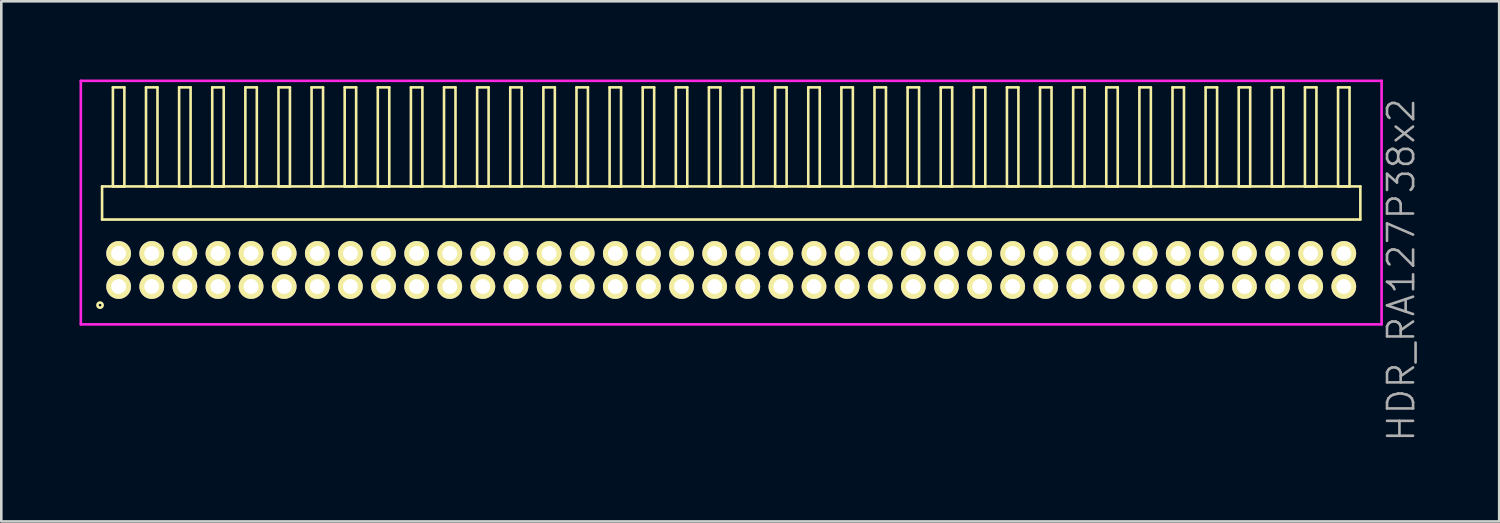
<source format=kicad_pcb>
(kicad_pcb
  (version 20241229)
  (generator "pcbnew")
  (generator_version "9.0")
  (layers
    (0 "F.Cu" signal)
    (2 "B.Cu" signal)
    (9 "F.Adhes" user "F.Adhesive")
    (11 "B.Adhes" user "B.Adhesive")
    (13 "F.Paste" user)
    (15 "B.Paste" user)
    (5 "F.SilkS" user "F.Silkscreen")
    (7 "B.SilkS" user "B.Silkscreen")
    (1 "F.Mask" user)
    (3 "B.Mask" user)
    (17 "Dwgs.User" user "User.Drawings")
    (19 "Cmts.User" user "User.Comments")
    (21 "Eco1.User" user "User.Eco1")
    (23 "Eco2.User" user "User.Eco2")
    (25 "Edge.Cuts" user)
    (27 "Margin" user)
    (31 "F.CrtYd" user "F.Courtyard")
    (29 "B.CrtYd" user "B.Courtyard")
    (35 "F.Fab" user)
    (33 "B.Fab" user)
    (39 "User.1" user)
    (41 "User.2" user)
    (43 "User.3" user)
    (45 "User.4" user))
  (footprint "HDR_RA127P38x2"
    (layer "F.Cu")
    (at 24.995 7.305)
    (property "Reference" "HDR_RA127P38x2" (at 25.695 0 90) (layer "F.Fab") (effects (font (size 1 1) (thickness 0.1))))
    (attr through_hole)
    (fp_line (start -24.13 -3.205) (end -24.13 -1.935) (stroke (width 0.1) (type solid)) (layer "F.SilkS"))
    (fp_line (start -24.13 -1.935) (end 24.13 -1.935) (stroke (width 0.1) (type solid)) (layer "F.SilkS"))
    (fp_line (start -23.715 -7.005) (end -23.715 -3.205) (stroke (width 0.1) (type solid)) (layer "F.SilkS"))
    (fp_line (start -23.715 -3.205) (end -23.275 -3.205) (stroke (width 0.1) (type solid)) (layer "F.SilkS"))
    (fp_line (start -23.275 -7.005) (end -23.715 -7.005) (stroke (width 0.1) (type solid)) (layer "F.SilkS"))
    (fp_line (start -23.275 -3.205) (end -23.275 -7.005) (stroke (width 0.1) (type solid)) (layer "F.SilkS"))
    (fp_line (start -22.445 -7.005) (end -22.445 -3.205) (stroke (width 0.1) (type solid)) (layer "F.SilkS"))
    (fp_line (start -22.445 -3.205) (end -22.005 -3.205) (stroke (width 0.1) (type solid)) (layer "F.SilkS"))
    (fp_line (start -22.005 -7.005) (end -22.445 -7.005) (stroke (width 0.1) (type solid)) (layer "F.SilkS"))
    (fp_line (start -22.005 -3.205) (end -22.005 -7.005) (stroke (width 0.1) (type solid)) (layer "F.SilkS"))
    (fp_line (start -21.175 -7.005) (end -21.175 -3.205) (stroke (width 0.1) (type solid)) (layer "F.SilkS"))
    (fp_line (start -21.175 -3.205) (end -20.735 -3.205) (stroke (width 0.1) (type solid)) (layer "F.SilkS"))
    (fp_line (start -20.735 -7.005) (end -21.175 -7.005) (stroke (width 0.1) (type solid)) (layer "F.SilkS"))
    (fp_line (start -20.735 -3.205) (end -20.735 -7.005) (stroke (width 0.1) (type solid)) (layer "F.SilkS"))
    (fp_line (start -19.905 -7.005) (end -19.905 -3.205) (stroke (width 0.1) (type solid)) (layer "F.SilkS"))
    (fp_line (start -19.905 -3.205) (end -19.465 -3.205) (stroke (width 0.1) (type solid)) (layer "F.SilkS"))
    (fp_line (start -19.465 -7.005) (end -19.905 -7.005) (stroke (width 0.1) (type solid)) (layer "F.SilkS"))
    (fp_line (start -19.465 -3.205) (end -19.465 -7.005) (stroke (width 0.1) (type solid)) (layer "F.SilkS"))
    (fp_line (start -18.635 -7.005) (end -18.635 -3.205) (stroke (width 0.1) (type solid)) (layer "F.SilkS"))
    (fp_line (start -18.635 -3.205) (end -18.195 -3.205) (stroke (width 0.1) (type solid)) (layer "F.SilkS"))
    (fp_line (start -18.195 -7.005) (end -18.635 -7.005) (stroke (width 0.1) (type solid)) (layer "F.SilkS"))
    (fp_line (start -18.195 -3.205) (end -18.195 -7.005) (stroke (width 0.1) (type solid)) (layer "F.SilkS"))
    (fp_line (start -17.365 -7.005) (end -17.365 -3.205) (stroke (width 0.1) (type solid)) (layer "F.SilkS"))
    (fp_line (start -17.365 -3.205) (end -16.925 -3.205) (stroke (width 0.1) (type solid)) (layer "F.SilkS"))
    (fp_line (start -16.925 -7.005) (end -17.365 -7.005) (stroke (width 0.1) (type solid)) (layer "F.SilkS"))
    (fp_line (start -16.925 -3.205) (end -16.925 -7.005) (stroke (width 0.1) (type solid)) (layer "F.SilkS"))
    (fp_line (start -16.095 -7.005) (end -16.095 -3.205) (stroke (width 0.1) (type solid)) (layer "F.SilkS"))
    (fp_line (start -16.095 -3.205) (end -15.655 -3.205) (stroke (width 0.1) (type solid)) (layer "F.SilkS"))
    (fp_line (start -15.655 -7.005) (end -16.095 -7.005) (stroke (width 0.1) (type solid)) (layer "F.SilkS"))
    (fp_line (start -15.655 -3.205) (end -15.655 -7.005) (stroke (width 0.1) (type solid)) (layer "F.SilkS"))
    (fp_line (start -14.825 -7.005) (end -14.825 -3.205) (stroke (width 0.1) (type solid)) (layer "F.SilkS"))
    (fp_line (start -14.825 -3.205) (end -14.385 -3.205) (stroke (width 0.1) (type solid)) (layer "F.SilkS"))
    (fp_line (start -14.385 -7.005) (end -14.825 -7.005) (stroke (width 0.1) (type solid)) (layer "F.SilkS"))
    (fp_line (start -14.385 -3.205) (end -14.385 -7.005) (stroke (width 0.1) (type solid)) (layer "F.SilkS"))
    (fp_line (start -13.555 -7.005) (end -13.555 -3.205) (stroke (width 0.1) (type solid)) (layer "F.SilkS"))
    (fp_line (start -13.555 -3.205) (end -13.115 -3.205) (stroke (width 0.1) (type solid)) (layer "F.SilkS"))
    (fp_line (start -13.115 -7.005) (end -13.555 -7.005) (stroke (width 0.1) (type solid)) (layer "F.SilkS"))
    (fp_line (start -13.115 -3.205) (end -13.115 -7.005) (stroke (width 0.1) (type solid)) (layer "F.SilkS"))
    (fp_line (start -12.285 -7.005) (end -12.285 -3.205) (stroke (width 0.1) (type solid)) (layer "F.SilkS"))
    (fp_line (start -12.285 -3.205) (end -11.845 -3.205) (stroke (width 0.1) (type solid)) (layer "F.SilkS"))
    (fp_line (start -11.845 -7.005) (end -12.285 -7.005) (stroke (width 0.1) (type solid)) (layer "F.SilkS"))
    (fp_line (start -11.845 -3.205) (end -11.845 -7.005) (stroke (width 0.1) (type solid)) (layer "F.SilkS"))
    (fp_line (start -11.015 -7.005) (end -11.015 -3.205) (stroke (width 0.1) (type solid)) (layer "F.SilkS"))
    (fp_line (start -11.015 -3.205) (end -10.575 -3.205) (stroke (width 0.1) (type solid)) (layer "F.SilkS"))
    (fp_line (start -10.575 -7.005) (end -11.015 -7.005) (stroke (width 0.1) (type solid)) (layer "F.SilkS"))
    (fp_line (start -10.575 -3.205) (end -10.575 -7.005) (stroke (width 0.1) (type solid)) (layer "F.SilkS"))
    (fp_line (start -9.745 -7.005) (end -9.745 -3.205) (stroke (width 0.1) (type solid)) (layer "F.SilkS"))
    (fp_line (start -9.745 -3.205) (end -9.305 -3.205) (stroke (width 0.1) (type solid)) (layer "F.SilkS"))
    (fp_line (start -9.305 -7.005) (end -9.745 -7.005) (stroke (width 0.1) (type solid)) (layer "F.SilkS"))
    (fp_line (start -9.305 -3.205) (end -9.305 -7.005) (stroke (width 0.1) (type solid)) (layer "F.SilkS"))
    (fp_line (start -8.475 -7.005) (end -8.475 -3.205) (stroke (width 0.1) (type solid)) (layer "F.SilkS"))
    (fp_line (start -8.475 -3.205) (end -8.035 -3.205) (stroke (width 0.1) (type solid)) (layer "F.SilkS"))
    (fp_line (start -8.035 -7.005) (end -8.475 -7.005) (stroke (width 0.1) (type solid)) (layer "F.SilkS"))
    (fp_line (start -8.035 -3.205) (end -8.035 -7.005) (stroke (width 0.1) (type solid)) (layer "F.SilkS"))
    (fp_line (start -7.205 -7.005) (end -7.205 -3.205) (stroke (width 0.1) (type solid)) (layer "F.SilkS"))
    (fp_line (start -7.205 -3.205) (end -6.765 -3.205) (stroke (width 0.1) (type solid)) (layer "F.SilkS"))
    (fp_line (start -6.765 -7.005) (end -7.205 -7.005) (stroke (width 0.1) (type solid)) (layer "F.SilkS"))
    (fp_line (start -6.765 -3.205) (end -6.765 -7.005) (stroke (width 0.1) (type solid)) (layer "F.SilkS"))
    (fp_line (start -5.935 -7.005) (end -5.935 -3.205) (stroke (width 0.1) (type solid)) (layer "F.SilkS"))
    (fp_line (start -5.935 -3.205) (end -5.495 -3.205) (stroke (width 0.1) (type solid)) (layer "F.SilkS"))
    (fp_line (start -5.495 -7.005) (end -5.935 -7.005) (stroke (width 0.1) (type solid)) (layer "F.SilkS"))
    (fp_line (start -5.495 -3.205) (end -5.495 -7.005) (stroke (width 0.1) (type solid)) (layer "F.SilkS"))
    (fp_line (start -4.665 -7.005) (end -4.665 -3.205) (stroke (width 0.1) (type solid)) (layer "F.SilkS"))
    (fp_line (start -4.665 -3.205) (end -4.225 -3.205) (stroke (width 0.1) (type solid)) (layer "F.SilkS"))
    (fp_line (start -4.225 -7.005) (end -4.665 -7.005) (stroke (width 0.1) (type solid)) (layer "F.SilkS"))
    (fp_line (start -4.225 -3.205) (end -4.225 -7.005) (stroke (width 0.1) (type solid)) (layer "F.SilkS"))
    (fp_line (start -3.395 -7.005) (end -3.395 -3.205) (stroke (width 0.1) (type solid)) (layer "F.SilkS"))
    (fp_line (start -3.395 -3.205) (end -2.955 -3.205) (stroke (width 0.1) (type solid)) (layer "F.SilkS"))
    (fp_line (start -2.955 -7.005) (end -3.395 -7.005) (stroke (width 0.1) (type solid)) (layer "F.SilkS"))
    (fp_line (start -2.955 -3.205) (end -2.955 -7.005) (stroke (width 0.1) (type solid)) (layer "F.SilkS"))
    (fp_line (start -2.125 -7.005) (end -2.125 -3.205) (stroke (width 0.1) (type solid)) (layer "F.SilkS"))
    (fp_line (start -2.125 -3.205) (end -1.685 -3.205) (stroke (width 0.1) (type solid)) (layer "F.SilkS"))
    (fp_line (start -1.685 -7.005) (end -2.125 -7.005) (stroke (width 0.1) (type solid)) (layer "F.SilkS"))
    (fp_line (start -1.685 -3.205) (end -1.685 -7.005) (stroke (width 0.1) (type solid)) (layer "F.SilkS"))
    (fp_line (start -0.855 -7.005) (end -0.855 -3.205) (stroke (width 0.1) (type solid)) (layer "F.SilkS"))
    (fp_line (start -0.855 -3.205) (end -0.415 -3.205) (stroke (width 0.1) (type solid)) (layer "F.SilkS"))
    (fp_line (start -0.415 -7.005) (end -0.855 -7.005) (stroke (width 0.1) (type solid)) (layer "F.SilkS"))
    (fp_line (start -0.415 -3.205) (end -0.415 -7.005) (stroke (width 0.1) (type solid)) (layer "F.SilkS"))
    (fp_line (start 0.415 -7.005) (end 0.415 -3.205) (stroke (width 0.1) (type solid)) (layer "F.SilkS"))
    (fp_line (start 0.415 -3.205) (end 0.855 -3.205) (stroke (width 0.1) (type solid)) (layer "F.SilkS"))
    (fp_line (start 0.855 -7.005) (end 0.415 -7.005) (stroke (width 0.1) (type solid)) (layer "F.SilkS"))
    (fp_line (start 0.855 -3.205) (end 0.855 -7.005) (stroke (width 0.1) (type solid)) (layer "F.SilkS"))
    (fp_line (start 1.685 -7.005) (end 1.685 -3.205) (stroke (width 0.1) (type solid)) (layer "F.SilkS"))
    (fp_line (start 1.685 -3.205) (end 2.125 -3.205) (stroke (width 0.1) (type solid)) (layer "F.SilkS"))
    (fp_line (start 2.125 -7.005) (end 1.685 -7.005) (stroke (width 0.1) (type solid)) (layer "F.SilkS"))
    (fp_line (start 2.125 -3.205) (end 2.125 -7.005) (stroke (width 0.1) (type solid)) (layer "F.SilkS"))
    (fp_line (start 2.955 -7.005) (end 2.955 -3.205) (stroke (width 0.1) (type solid)) (layer "F.SilkS"))
    (fp_line (start 2.955 -3.205) (end 3.395 -3.205) (stroke (width 0.1) (type solid)) (layer "F.SilkS"))
    (fp_line (start 3.395 -7.005) (end 2.955 -7.005) (stroke (width 0.1) (type solid)) (layer "F.SilkS"))
    (fp_line (start 3.395 -3.205) (end 3.395 -7.005) (stroke (width 0.1) (type solid)) (layer "F.SilkS"))
    (fp_line (start 4.225 -7.005) (end 4.225 -3.205) (stroke (width 0.1) (type solid)) (layer "F.SilkS"))
    (fp_line (start 4.225 -3.205) (end 4.665 -3.205) (stroke (width 0.1) (type solid)) (layer "F.SilkS"))
    (fp_line (start 4.665 -7.005) (end 4.225 -7.005) (stroke (width 0.1) (type solid)) (layer "F.SilkS"))
    (fp_line (start 4.665 -3.205) (end 4.665 -7.005) (stroke (width 0.1) (type solid)) (layer "F.SilkS"))
    (fp_line (start 5.495 -7.005) (end 5.495 -3.205) (stroke (width 0.1) (type solid)) (layer "F.SilkS"))
    (fp_line (start 5.495 -3.205) (end 5.935 -3.205) (stroke (width 0.1) (type solid)) (layer "F.SilkS"))
    (fp_line (start 5.935 -7.005) (end 5.495 -7.005) (stroke (width 0.1) (type solid)) (layer "F.SilkS"))
    (fp_line (start 5.935 -3.205) (end 5.935 -7.005) (stroke (width 0.1) (type solid)) (layer "F.SilkS"))
    (fp_line (start 6.765 -7.005) (end 6.765 -3.205) (stroke (width 0.1) (type solid)) (layer "F.SilkS"))
    (fp_line (start 6.765 -3.205) (end 7.205 -3.205) (stroke (width 0.1) (type solid)) (layer "F.SilkS"))
    (fp_line (start 7.205 -7.005) (end 6.765 -7.005) (stroke (width 0.1) (type solid)) (layer "F.SilkS"))
    (fp_line (start 7.205 -3.205) (end 7.205 -7.005) (stroke (width 0.1) (type solid)) (layer "F.SilkS"))
    (fp_line (start 8.035 -7.005) (end 8.035 -3.205) (stroke (width 0.1) (type solid)) (layer "F.SilkS"))
    (fp_line (start 8.035 -3.205) (end 8.475 -3.205) (stroke (width 0.1) (type solid)) (layer "F.SilkS"))
    (fp_line (start 8.475 -7.005) (end 8.035 -7.005) (stroke (width 0.1) (type solid)) (layer "F.SilkS"))
    (fp_line (start 8.475 -3.205) (end 8.475 -7.005) (stroke (width 0.1) (type solid)) (layer "F.SilkS"))
    (fp_line (start 9.305 -7.005) (end 9.305 -3.205) (stroke (width 0.1) (type solid)) (layer "F.SilkS"))
    (fp_line (start 9.305 -3.205) (end 9.745 -3.205) (stroke (width 0.1) (type solid)) (layer "F.SilkS"))
    (fp_line (start 9.745 -7.005) (end 9.305 -7.005) (stroke (width 0.1) (type solid)) (layer "F.SilkS"))
    (fp_line (start 9.745 -3.205) (end 9.745 -7.005) (stroke (width 0.1) (type solid)) (layer "F.SilkS"))
    (fp_line (start 10.575 -7.005) (end 10.575 -3.205) (stroke (width 0.1) (type solid)) (layer "F.SilkS"))
    (fp_line (start 10.575 -3.205) (end 11.015 -3.205) (stroke (width 0.1) (type solid)) (layer "F.SilkS"))
    (fp_line (start 11.015 -7.005) (end 10.575 -7.005) (stroke (width 0.1) (type solid)) (layer "F.SilkS"))
    (fp_line (start 11.015 -3.205) (end 11.015 -7.005) (stroke (width 0.1) (type solid)) (layer "F.SilkS"))
    (fp_line (start 11.845 -7.005) (end 11.845 -3.205) (stroke (width 0.1) (type solid)) (layer "F.SilkS"))
    (fp_line (start 11.845 -3.205) (end 12.285 -3.205) (stroke (width 0.1) (type solid)) (layer "F.SilkS"))
    (fp_line (start 12.285 -7.005) (end 11.845 -7.005) (stroke (width 0.1) (type solid)) (layer "F.SilkS"))
    (fp_line (start 12.285 -3.205) (end 12.285 -7.005) (stroke (width 0.1) (type solid)) (layer "F.SilkS"))
    (fp_line (start 13.115 -7.005) (end 13.115 -3.205) (stroke (width 0.1) (type solid)) (layer "F.SilkS"))
    (fp_line (start 13.115 -3.205) (end 13.555 -3.205) (stroke (width 0.1) (type solid)) (layer "F.SilkS"))
    (fp_line (start 13.555 -7.005) (end 13.115 -7.005) (stroke (width 0.1) (type solid)) (layer "F.SilkS"))
    (fp_line (start 13.555 -3.205) (end 13.555 -7.005) (stroke (width 0.1) (type solid)) (layer "F.SilkS"))
    (fp_line (start 14.385 -7.005) (end 14.385 -3.205) (stroke (width 0.1) (type solid)) (layer "F.SilkS"))
    (fp_line (start 14.385 -3.205) (end 14.825 -3.205) (stroke (width 0.1) (type solid)) (layer "F.SilkS"))
    (fp_line (start 14.825 -7.005) (end 14.385 -7.005) (stroke (width 0.1) (type solid)) (layer "F.SilkS"))
    (fp_line (start 14.825 -3.205) (end 14.825 -7.005) (stroke (width 0.1) (type solid)) (layer "F.SilkS"))
    (fp_line (start 15.655 -7.005) (end 15.655 -3.205) (stroke (width 0.1) (type solid)) (layer "F.SilkS"))
    (fp_line (start 15.655 -3.205) (end 16.095 -3.205) (stroke (width 0.1) (type solid)) (layer "F.SilkS"))
    (fp_line (start 16.095 -7.005) (end 15.655 -7.005) (stroke (width 0.1) (type solid)) (layer "F.SilkS"))
    (fp_line (start 16.095 -3.205) (end 16.095 -7.005) (stroke (width 0.1) (type solid)) (layer "F.SilkS"))
    (fp_line (start 16.925 -7.005) (end 16.925 -3.205) (stroke (width 0.1) (type solid)) (layer "F.SilkS"))
    (fp_line (start 16.925 -3.205) (end 17.365 -3.205) (stroke (width 0.1) (type solid)) (layer "F.SilkS"))
    (fp_line (start 17.365 -7.005) (end 16.925 -7.005) (stroke (width 0.1) (type solid)) (layer "F.SilkS"))
    (fp_line (start 17.365 -3.205) (end 17.365 -7.005) (stroke (width 0.1) (type solid)) (layer "F.SilkS"))
    (fp_line (start 18.195 -7.005) (end 18.195 -3.205) (stroke (width 0.1) (type solid)) (layer "F.SilkS"))
    (fp_line (start 18.195 -3.205) (end 18.635 -3.205) (stroke (width 0.1) (type solid)) (layer "F.SilkS"))
    (fp_line (start 18.635 -7.005) (end 18.195 -7.005) (stroke (width 0.1) (type solid)) (layer "F.SilkS"))
    (fp_line (start 18.635 -3.205) (end 18.635 -7.005) (stroke (width 0.1) (type solid)) (layer "F.SilkS"))
    (fp_line (start 19.465 -7.005) (end 19.465 -3.205) (stroke (width 0.1) (type solid)) (layer "F.SilkS"))
    (fp_line (start 19.465 -3.205) (end 19.905 -3.205) (stroke (width 0.1) (type solid)) (layer "F.SilkS"))
    (fp_line (start 19.905 -7.005) (end 19.465 -7.005) (stroke (width 0.1) (type solid)) (layer "F.SilkS"))
    (fp_line (start 19.905 -3.205) (end 19.905 -7.005) (stroke (width 0.1) (type solid)) (layer "F.SilkS"))
    (fp_line (start 20.735 -7.005) (end 20.735 -3.205) (stroke (width 0.1) (type solid)) (layer "F.SilkS"))
    (fp_line (start 20.735 -3.205) (end 21.175 -3.205) (stroke (width 0.1) (type solid)) (layer "F.SilkS"))
    (fp_line (start 21.175 -7.005) (end 20.735 -7.005) (stroke (width 0.1) (type solid)) (layer "F.SilkS"))
    (fp_line (start 21.175 -3.205) (end 21.175 -7.005) (stroke (width 0.1) (type solid)) (layer "F.SilkS"))
    (fp_line (start 22.005 -7.005) (end 22.005 -3.205) (stroke (width 0.1) (type solid)) (layer "F.SilkS"))
    (fp_line (start 22.005 -3.205) (end 22.445 -3.205) (stroke (width 0.1) (type solid)) (layer "F.SilkS"))
    (fp_line (start 22.445 -7.005) (end 22.005 -7.005) (stroke (width 0.1) (type solid)) (layer "F.SilkS"))
    (fp_line (start 22.445 -3.205) (end 22.445 -7.005) (stroke (width 0.1) (type solid)) (layer "F.SilkS"))
    (fp_line (start 23.275 -7.005) (end 23.275 -3.205) (stroke (width 0.1) (type solid)) (layer "F.SilkS"))
    (fp_line (start 23.275 -3.205) (end 23.715 -3.205) (stroke (width 0.1) (type solid)) (layer "F.SilkS"))
    (fp_line (start 23.715 -7.005) (end 23.275 -7.005) (stroke (width 0.1) (type solid)) (layer "F.SilkS"))
    (fp_line (start 23.715 -3.205) (end 23.715 -7.005) (stroke (width 0.1) (type solid)) (layer "F.SilkS"))
    (fp_line (start 24.13 -3.205) (end -24.13 -3.205) (stroke (width 0.1) (type solid)) (layer "F.SilkS"))
    (fp_line (start 24.13 -1.935) (end 24.13 -3.205) (stroke (width 0.1) (type solid)) (layer "F.SilkS"))
    (fp_circle (center -24.208 1.348) (end -24.108 1.348) (stroke (width 0.1) (type solid)) (fill no) (layer "F.SilkS"))
    (fp_line (start -24.945 -7.255) (end -24.945 2.085) (stroke (width 0.1) (type solid)) (layer "F.CrtYd"))
    (fp_line (start -24.945 2.085) (end 24.945 2.085) (stroke (width 0.1) (type solid)) (layer "F.CrtYd"))
    (fp_line (start 24.945 -7.255) (end -24.945 -7.255) (stroke (width 0.1) (type solid)) (layer "F.CrtYd"))
    (fp_line (start 24.945 2.085) (end 24.945 -7.255) (stroke (width 0.1) (type solid)) (layer "F.CrtYd"))
    (pad "1" thru_hole oval (at -23.495 0.635) (size 0.95 0.95) (drill 0.57) (layers "*.Cu" "*.Mask" "F.SilkS"))
    (pad "2" thru_hole oval (at -23.495 -0.635) (size 0.95 0.95) (drill 0.57) (layers "*.Cu" "*.Mask" "F.SilkS"))
    (pad "3" thru_hole oval (at -22.225 0.635) (size 0.95 0.95) (drill 0.57) (layers "*.Cu" "*.Mask" "F.SilkS"))
    (pad "4" thru_hole oval (at -22.225 -0.635) (size 0.95 0.95) (drill 0.57) (layers "*.Cu" "*.Mask" "F.SilkS"))
    (pad "5" thru_hole oval (at -20.955 0.635) (size 0.95 0.95) (drill 0.57) (layers "*.Cu" "*.Mask" "F.SilkS"))
    (pad "6" thru_hole oval (at -20.955 -0.635) (size 0.95 0.95) (drill 0.57) (layers "*.Cu" "*.Mask" "F.SilkS"))
    (pad "7" thru_hole oval (at -19.685 0.635) (size 0.95 0.95) (drill 0.57) (layers "*.Cu" "*.Mask" "F.SilkS"))
    (pad "8" thru_hole oval (at -19.685 -0.635) (size 0.95 0.95) (drill 0.57) (layers "*.Cu" "*.Mask" "F.SilkS"))
    (pad "9" thru_hole oval (at -18.415 0.635) (size 0.95 0.95) (drill 0.57) (layers "*.Cu" "*.Mask" "F.SilkS"))
    (pad "10" thru_hole oval (at -18.415 -0.635) (size 0.95 0.95) (drill 0.57) (layers "*.Cu" "*.Mask" "F.SilkS"))
    (pad "11" thru_hole oval (at -17.145 0.635) (size 0.95 0.95) (drill 0.57) (layers "*.Cu" "*.Mask" "F.SilkS"))
    (pad "12" thru_hole oval (at -17.145 -0.635) (size 0.95 0.95) (drill 0.57) (layers "*.Cu" "*.Mask" "F.SilkS"))
    (pad "13" thru_hole oval (at -15.875 0.635) (size 0.95 0.95) (drill 0.57) (layers "*.Cu" "*.Mask" "F.SilkS"))
    (pad "14" thru_hole oval (at -15.875 -0.635) (size 0.95 0.95) (drill 0.57) (layers "*.Cu" "*.Mask" "F.SilkS"))
    (pad "15" thru_hole oval (at -14.605 0.635) (size 0.95 0.95) (drill 0.57) (layers "*.Cu" "*.Mask" "F.SilkS"))
    (pad "16" thru_hole oval (at -14.605 -0.635) (size 0.95 0.95) (drill 0.57) (layers "*.Cu" "*.Mask" "F.SilkS"))
    (pad "17" thru_hole oval (at -13.335 0.635) (size 0.95 0.95) (drill 0.57) (layers "*.Cu" "*.Mask" "F.SilkS"))
    (pad "18" thru_hole oval (at -13.335 -0.635) (size 0.95 0.95) (drill 0.57) (layers "*.Cu" "*.Mask" "F.SilkS"))
    (pad "19" thru_hole oval (at -12.065 0.635) (size 0.95 0.95) (drill 0.57) (layers "*.Cu" "*.Mask" "F.SilkS"))
    (pad "20" thru_hole oval (at -12.065 -0.635) (size 0.95 0.95) (drill 0.57) (layers "*.Cu" "*.Mask" "F.SilkS"))
    (pad "21" thru_hole oval (at -10.795 0.635) (size 0.95 0.95) (drill 0.57) (layers "*.Cu" "*.Mask" "F.SilkS"))
    (pad "22" thru_hole oval (at -10.795 -0.635) (size 0.95 0.95) (drill 0.57) (layers "*.Cu" "*.Mask" "F.SilkS"))
    (pad "23" thru_hole oval (at -9.525 0.635) (size 0.95 0.95) (drill 0.57) (layers "*.Cu" "*.Mask" "F.SilkS"))
    (pad "24" thru_hole oval (at -9.525 -0.635) (size 0.95 0.95) (drill 0.57) (layers "*.Cu" "*.Mask" "F.SilkS"))
    (pad "25" thru_hole oval (at -8.255 0.635) (size 0.95 0.95) (drill 0.57) (layers "*.Cu" "*.Mask" "F.SilkS"))
    (pad "26" thru_hole oval (at -8.255 -0.635) (size 0.95 0.95) (drill 0.57) (layers "*.Cu" "*.Mask" "F.SilkS"))
    (pad "27" thru_hole oval (at -6.985 0.635) (size 0.95 0.95) (drill 0.57) (layers "*.Cu" "*.Mask" "F.SilkS"))
    (pad "28" thru_hole oval (at -6.985 -0.635) (size 0.95 0.95) (drill 0.57) (layers "*.Cu" "*.Mask" "F.SilkS"))
    (pad "29" thru_hole oval (at -5.715 0.635) (size 0.95 0.95) (drill 0.57) (layers "*.Cu" "*.Mask" "F.SilkS"))
    (pad "30" thru_hole oval (at -5.715 -0.635) (size 0.95 0.95) (drill 0.57) (layers "*.Cu" "*.Mask" "F.SilkS"))
    (pad "31" thru_hole oval (at -4.445 0.635) (size 0.95 0.95) (drill 0.57) (layers "*.Cu" "*.Mask" "F.SilkS"))
    (pad "32" thru_hole oval (at -4.445 -0.635) (size 0.95 0.95) (drill 0.57) (layers "*.Cu" "*.Mask" "F.SilkS"))
    (pad "33" thru_hole oval (at -3.175 0.635) (size 0.95 0.95) (drill 0.57) (layers "*.Cu" "*.Mask" "F.SilkS"))
    (pad "34" thru_hole oval (at -3.175 -0.635) (size 0.95 0.95) (drill 0.57) (layers "*.Cu" "*.Mask" "F.SilkS"))
    (pad "35" thru_hole oval (at -1.905 0.635) (size 0.95 0.95) (drill 0.57) (layers "*.Cu" "*.Mask" "F.SilkS"))
    (pad "36" thru_hole oval (at -1.905 -0.635) (size 0.95 0.95) (drill 0.57) (layers "*.Cu" "*.Mask" "F.SilkS"))
    (pad "37" thru_hole oval (at -0.635 0.635) (size 0.95 0.95) (drill 0.57) (layers "*.Cu" "*.Mask" "F.SilkS"))
    (pad "38" thru_hole oval (at -0.635 -0.635) (size 0.95 0.95) (drill 0.57) (layers "*.Cu" "*.Mask" "F.SilkS"))
    (pad "39" thru_hole oval (at 0.635 0.635) (size 0.95 0.95) (drill 0.57) (layers "*.Cu" "*.Mask" "F.SilkS"))
    (pad "40" thru_hole oval (at 0.635 -0.635) (size 0.95 0.95) (drill 0.57) (layers "*.Cu" "*.Mask" "F.SilkS"))
    (pad "41" thru_hole oval (at 1.905 0.635) (size 0.95 0.95) (drill 0.57) (layers "*.Cu" "*.Mask" "F.SilkS"))
    (pad "42" thru_hole oval (at 1.905 -0.635) (size 0.95 0.95) (drill 0.57) (layers "*.Cu" "*.Mask" "F.SilkS"))
    (pad "43" thru_hole oval (at 3.175 0.635) (size 0.95 0.95) (drill 0.57) (layers "*.Cu" "*.Mask" "F.SilkS"))
    (pad "44" thru_hole oval (at 3.175 -0.635) (size 0.95 0.95) (drill 0.57) (layers "*.Cu" "*.Mask" "F.SilkS"))
    (pad "45" thru_hole oval (at 4.445 0.635) (size 0.95 0.95) (drill 0.57) (layers "*.Cu" "*.Mask" "F.SilkS"))
    (pad "46" thru_hole oval (at 4.445 -0.635) (size 0.95 0.95) (drill 0.57) (layers "*.Cu" "*.Mask" "F.SilkS"))
    (pad "47" thru_hole oval (at 5.715 0.635) (size 0.95 0.95) (drill 0.57) (layers "*.Cu" "*.Mask" "F.SilkS"))
    (pad "48" thru_hole oval (at 5.715 -0.635) (size 0.95 0.95) (drill 0.57) (layers "*.Cu" "*.Mask" "F.SilkS"))
    (pad "49" thru_hole oval (at 6.985 0.635) (size 0.95 0.95) (drill 0.57) (layers "*.Cu" "*.Mask" "F.SilkS"))
    (pad "50" thru_hole oval (at 6.985 -0.635) (size 0.95 0.95) (drill 0.57) (layers "*.Cu" "*.Mask" "F.SilkS"))
    (pad "51" thru_hole oval (at 8.255 0.635) (size 0.95 0.95) (drill 0.57) (layers "*.Cu" "*.Mask" "F.SilkS"))
    (pad "52" thru_hole oval (at 8.255 -0.635) (size 0.95 0.95) (drill 0.57) (layers "*.Cu" "*.Mask" "F.SilkS"))
    (pad "53" thru_hole oval (at 9.525 0.635) (size 0.95 0.95) (drill 0.57) (layers "*.Cu" "*.Mask" "F.SilkS"))
    (pad "54" thru_hole oval (at 9.525 -0.635) (size 0.95 0.95) (drill 0.57) (layers "*.Cu" "*.Mask" "F.SilkS"))
    (pad "55" thru_hole oval (at 10.795 0.635) (size 0.95 0.95) (drill 0.57) (layers "*.Cu" "*.Mask" "F.SilkS"))
    (pad "56" thru_hole oval (at 10.795 -0.635) (size 0.95 0.95) (drill 0.57) (layers "*.Cu" "*.Mask" "F.SilkS"))
    (pad "57" thru_hole oval (at 12.065 0.635) (size 0.95 0.95) (drill 0.57) (layers "*.Cu" "*.Mask" "F.SilkS"))
    (pad "58" thru_hole oval (at 12.065 -0.635) (size 0.95 0.95) (drill 0.57) (layers "*.Cu" "*.Mask" "F.SilkS"))
    (pad "59" thru_hole oval (at 13.335 0.635) (size 0.95 0.95) (drill 0.57) (layers "*.Cu" "*.Mask" "F.SilkS"))
    (pad "60" thru_hole oval (at 13.335 -0.635) (size 0.95 0.95) (drill 0.57) (layers "*.Cu" "*.Mask" "F.SilkS"))
    (pad "61" thru_hole oval (at 14.605 0.635) (size 0.95 0.95) (drill 0.57) (layers "*.Cu" "*.Mask" "F.SilkS"))
    (pad "62" thru_hole oval (at 14.605 -0.635) (size 0.95 0.95) (drill 0.57) (layers "*.Cu" "*.Mask" "F.SilkS"))
    (pad "63" thru_hole oval (at 15.875 0.635) (size 0.95 0.95) (drill 0.57) (layers "*.Cu" "*.Mask" "F.SilkS"))
    (pad "64" thru_hole oval (at 15.875 -0.635) (size 0.95 0.95) (drill 0.57) (layers "*.Cu" "*.Mask" "F.SilkS"))
    (pad "65" thru_hole oval (at 17.145 0.635) (size 0.95 0.95) (drill 0.57) (layers "*.Cu" "*.Mask" "F.SilkS"))
    (pad "66" thru_hole oval (at 17.145 -0.635) (size 0.95 0.95) (drill 0.57) (layers "*.Cu" "*.Mask" "F.SilkS"))
    (pad "67" thru_hole oval (at 18.415 0.635) (size 0.95 0.95) (drill 0.57) (layers "*.Cu" "*.Mask" "F.SilkS"))
    (pad "68" thru_hole oval (at 18.415 -0.635) (size 0.95 0.95) (drill 0.57) (layers "*.Cu" "*.Mask" "F.SilkS"))
    (pad "69" thru_hole oval (at 19.685 0.635) (size 0.95 0.95) (drill 0.57) (layers "*.Cu" "*.Mask" "F.SilkS"))
    (pad "70" thru_hole oval (at 19.685 -0.635) (size 0.95 0.95) (drill 0.57) (layers "*.Cu" "*.Mask" "F.SilkS"))
    (pad "71" thru_hole oval (at 20.955 0.635) (size 0.95 0.95) (drill 0.57) (layers "*.Cu" "*.Mask" "F.SilkS"))
    (pad "72" thru_hole oval (at 20.955 -0.635) (size 0.95 0.95) (drill 0.57) (layers "*.Cu" "*.Mask" "F.SilkS"))
    (pad "73" thru_hole oval (at 22.225 0.635) (size 0.95 0.95) (drill 0.57) (layers "*.Cu" "*.Mask" "F.SilkS"))
    (pad "74" thru_hole oval (at 22.225 -0.635) (size 0.95 0.95) (drill 0.57) (layers "*.Cu" "*.Mask" "F.SilkS"))
    (pad "75" thru_hole oval (at 23.495 0.635) (size 0.95 0.95) (drill 0.57) (layers "*.Cu" "*.Mask" "F.SilkS"))
    (pad "76" thru_hole oval (at 23.495 -0.635) (size 0.95 0.95) (drill 0.57) (layers "*.Cu" "*.Mask" "F.SilkS")))
  (gr_rect
    (start -3 -3)
    (end 54.45 16.95)
    (stroke (width 0.1) (type default))
    (fill no)
    (layer "Edge.Cuts")))
</source>
